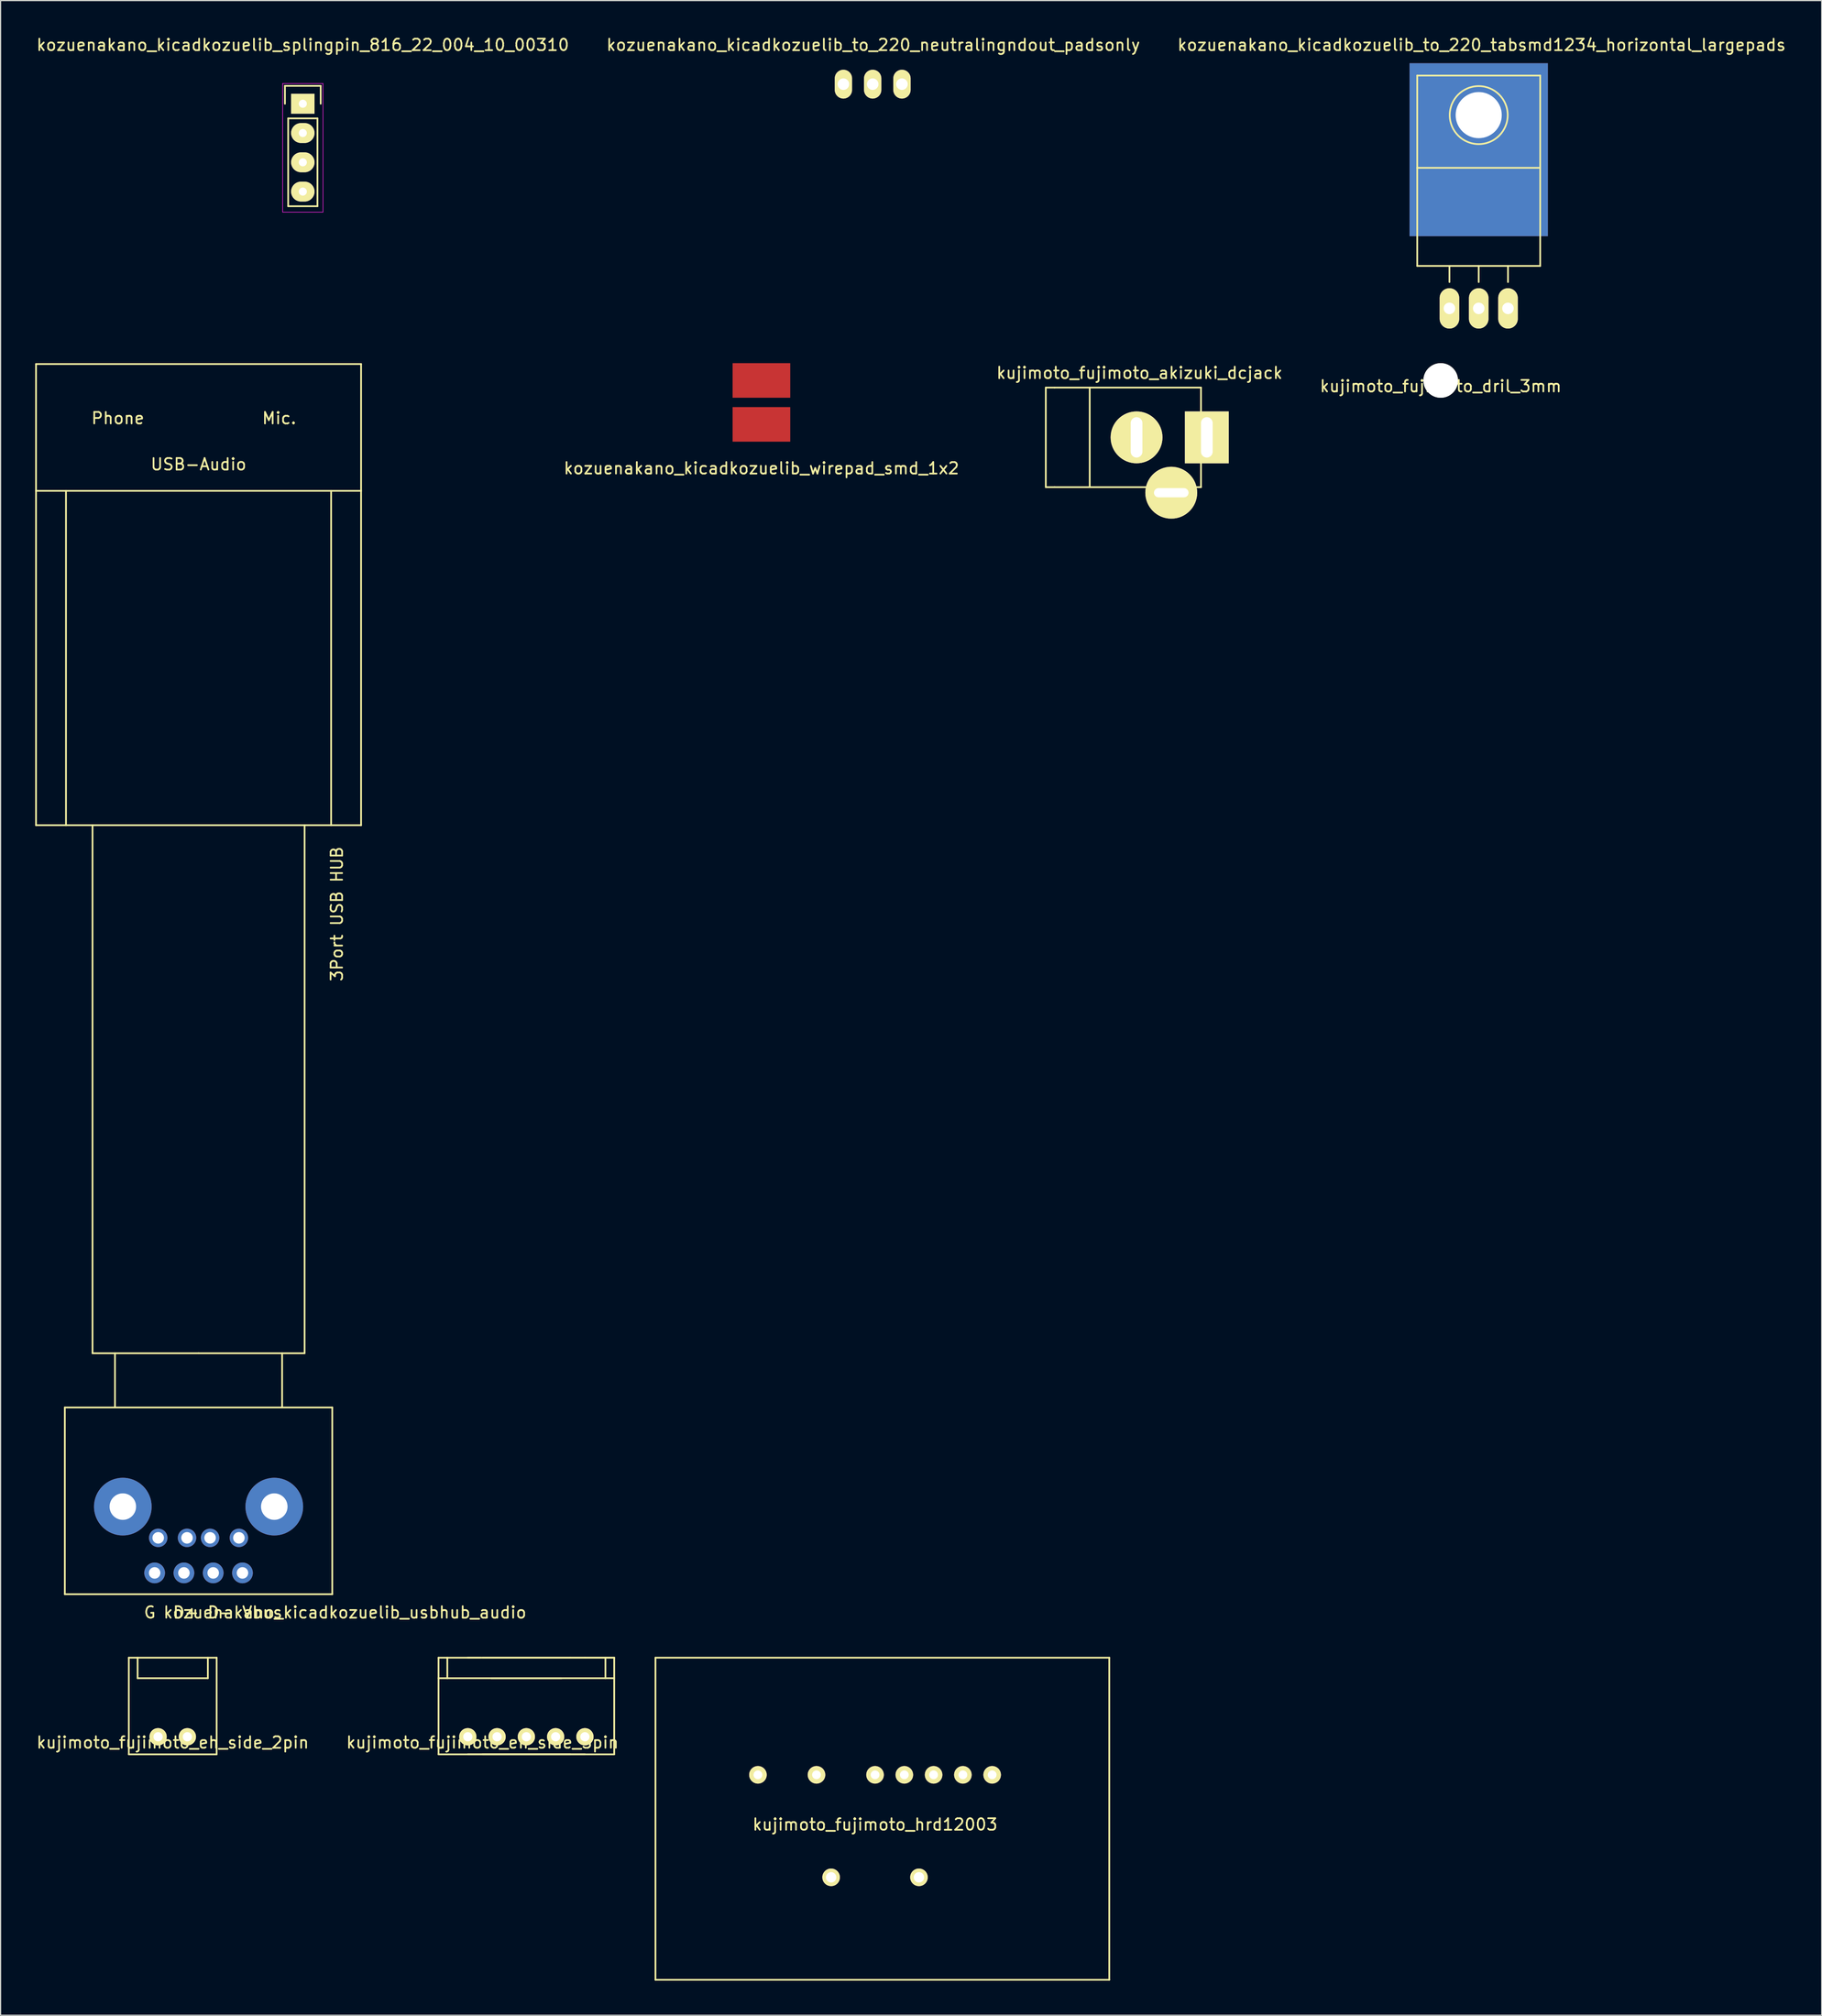
<source format=kicad_pcb>
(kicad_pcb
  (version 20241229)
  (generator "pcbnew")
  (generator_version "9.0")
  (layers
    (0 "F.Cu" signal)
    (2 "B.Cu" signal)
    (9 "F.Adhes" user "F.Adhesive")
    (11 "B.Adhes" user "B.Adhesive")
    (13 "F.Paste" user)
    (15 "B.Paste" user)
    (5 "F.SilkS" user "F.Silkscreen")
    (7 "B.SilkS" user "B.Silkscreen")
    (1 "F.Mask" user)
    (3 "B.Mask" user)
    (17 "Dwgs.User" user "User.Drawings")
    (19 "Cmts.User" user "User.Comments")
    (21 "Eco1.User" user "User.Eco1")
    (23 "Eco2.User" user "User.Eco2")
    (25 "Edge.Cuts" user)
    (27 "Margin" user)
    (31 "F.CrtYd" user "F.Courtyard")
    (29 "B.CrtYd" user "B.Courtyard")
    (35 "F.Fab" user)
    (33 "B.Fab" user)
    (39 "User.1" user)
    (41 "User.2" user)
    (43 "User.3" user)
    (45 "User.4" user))
  (footprint "kujimoto_fujimoto_akizuki_dcjack"
    (layer "F.Cu")
    (at 95.55 34.884)
    (property "Reference" "kujimoto_fujimoto_akizuki_dcjack" (at 0.254 -5.588 0) (layer "F.SilkS") (effects (font (size 1 1) (thickness 0.15))))
    (attr through_hole)
    (fp_line (start -7.874 -4.318) (end -7.874 4.318) (stroke (width 0.15) (type solid)) (layer "F.SilkS"))
    (fp_line (start -7.874 4.318) (end -7.112 4.318) (stroke (width 0.15) (type solid)) (layer "F.SilkS"))
    (fp_line (start -7.112 -4.318) (end -7.874 -4.318) (stroke (width 0.15) (type solid)) (layer "F.SilkS"))
    (fp_line (start -7.112 -4.318) (end 5.588 -4.318) (stroke (width 0.15) (type solid)) (layer "F.SilkS"))
    (fp_line (start -7.112 4.318) (end 5.588 4.318) (stroke (width 0.15) (type solid)) (layer "F.SilkS"))
    (fp_line (start -4.064 -4.318) (end -4.064 4.318) (stroke (width 0.15) (type solid)) (layer "F.SilkS"))
    (fp_line (start 5.588 -4.318) (end 5.588 4.318) (stroke (width 0.15) (type solid)) (layer "F.SilkS"))
    (pad "1" thru_hole rect (at 6.096 0) (size 3.801 4.5) (drill oval 1.016 3.5) (layers "*.Cu" "*.Mask" "F.SilkS"))
    (pad "2" thru_hole circle (at 0 0) (size 4.5 4.5) (drill oval 1.016 3.5) (layers "*.Cu" "*.Mask" "F.SilkS"))
    (pad "3" thru_hole circle (at 3.01 4.801) (size 4.5 4.5) (drill oval 3 0.8) (layers "*.Cu" "*.Mask" "F.SilkS")))
  (footprint "kozuenakano_kicadkozuelib_to_220_neutralingndout_padsonly"
    (layer "F.Cu")
    (at 72.658 4.249)
    (property "Reference" "kozuenakano_kicadkozuelib_to_220_neutralingndout_padsonly" (at 0.051 -3.401 0) (layer "F.SilkS") (effects (font (size 1 1) (thickness 0.15))))
    (attr through_hole)
    (pad "1" thru_hole oval (at -2.54 0 90) (size 2.499 1.501) (drill 1.001) (layers "*.Cu" "*.Mask" "F.SilkS"))
    (pad "2" thru_hole oval (at 0 0 90) (size 2.499 1.501) (drill 1.001) (layers "*.Cu" "*.Mask" "F.SilkS"))
    (pad "3" thru_hole oval (at 2.54 0 90) (size 2.499 1.501) (drill 1.001) (layers "*.Cu" "*.Mask" "F.SilkS")))
  (footprint "kozuenakano_kicadkozuelib_usbhub_audio"
    (layer "F.Cu")
    (at 14.175 119.023)
    (property "Reference" "kozuenakano_kicadkozuelib_usbhub_audio" (at 12.7 17.78 0) (layer "F.SilkS") (effects (font (size 1 1) (thickness 0.15))))
    (attr through_hole)
    (fp_line (start -14.1 -90.5) (end 14.1 -90.5) (stroke (width 0.15) (type solid)) (layer "F.SilkS"))
    (fp_line (start -14.1 -79.5) (end -14.1 -90.5) (stroke (width 0.15) (type solid)) (layer "F.SilkS"))
    (fp_line (start -14.1 -79.5) (end 14.1 -79.5) (stroke (width 0.15) (type solid)) (layer "F.SilkS"))
    (fp_line (start -14.1 -50.5) (end -14.1 -79.5) (stroke (width 0.15) (type solid)) (layer "F.SilkS"))
    (fp_line (start -14.1 -50.5) (end 14.1 -50.5) (stroke (width 0.15) (type solid)) (layer "F.SilkS"))
    (fp_line (start -11.6 0) (end -11.6 16.2) (stroke (width 0.15) (type solid)) (layer "F.SilkS"))
    (fp_line (start -11.6 16.2) (end 11.6 16.2) (stroke (width 0.15) (type solid)) (layer "F.SilkS"))
    (fp_line (start -11.5 -50.5) (end -11.5 -79.5) (stroke (width 0.15) (type solid)) (layer "F.SilkS"))
    (fp_line (start -9.2 -4.7) (end -9.2 -50.5) (stroke (width 0.15) (type solid)) (layer "F.SilkS"))
    (fp_line (start -7.25 0) (end -7.25 -4.7) (stroke (width 0.15) (type solid)) (layer "F.SilkS"))
    (fp_line (start 0 -4.7) (end -9.2 -4.7) (stroke (width 0.15) (type solid)) (layer "F.SilkS"))
    (fp_line (start 0 -4.7) (end 9.2 -4.7) (stroke (width 0.15) (type solid)) (layer "F.SilkS"))
    (fp_line (start 7.25 0) (end 7.25 -4.7) (stroke (width 0.15) (type solid)) (layer "F.SilkS"))
    (fp_line (start 9.2 -4.7) (end 9.2 -50.5) (stroke (width 0.15) (type solid)) (layer "F.SilkS"))
    (fp_line (start 11.5 -50.5) (end 11.5 -79.5) (stroke (width 0.15) (type solid)) (layer "F.SilkS"))
    (fp_line (start 11.6 0) (end -11.6 0) (stroke (width 0.15) (type solid)) (layer "F.SilkS"))
    (fp_line (start 11.6 16.2) (end 11.6 0) (stroke (width 0.15) (type solid)) (layer "F.SilkS"))
    (fp_line (start 14.1 -90.5) (end 14.1 -79.5) (stroke (width 0.15) (type solid)) (layer "F.SilkS"))
    (fp_line (start 14.1 -50.5) (end 14.1 -79.5) (stroke (width 0.15) (type solid)) (layer "F.SilkS"))
    (fp_text user "G  D+ D- Vbus" (at 1.27 17.78 0) (layer "F.SilkS") (effects (font (size 1 1) (thickness 0.15))))
    (fp_text user "USB-Audio" (at 0 -81.8 0) (layer "F.SilkS") (effects (font (size 1 1) (thickness 0.15))))
    (fp_text user "3Port USB HUB" (at 12 -42.8 90) (layer "F.SilkS") (effects (font (size 1 1) (thickness 0.15))))
    (fp_text user "Phone" (at -7 -85.8 0) (layer "F.SilkS") (effects (font (size 1 1) (thickness 0.15))))
    (fp_text user "Mic." (at 7 -85.8 0) (layer "F.SilkS") (effects (font (size 1 1) (thickness 0.15))))
    (pad "" thru_hole circle (at -6.57 8.6) (size 5 5) (drill 2.3) (layers "*.Cu" "*.Mask"))
    (pad "" thru_hole circle (at 6.57 8.6) (size 5 5) (drill 2.3) (layers "*.Cu" "*.Mask"))
    (pad "1" thru_hole circle (at 3.5 11.31) (size 1.6 1.6) (drill 1) (layers "*.Cu" "*.Mask"))
    (pad "1" thru_hole circle (at 3.81 14.35) (size 1.8 1.8) (drill 1) (layers "*.Cu" "*.Mask"))
    (pad "2" thru_hole circle (at 1 11.31) (size 1.6 1.6) (drill 1) (layers "*.Cu" "*.Mask"))
    (pad "2" thru_hole circle (at 1.27 14.35) (size 1.8 1.8) (drill 1) (layers "*.Cu" "*.Mask"))
    (pad "3" thru_hole circle (at -1.27 14.35) (size 1.8 1.8) (drill 1) (layers "*.Cu" "*.Mask"))
    (pad "3" thru_hole circle (at -1 11.31) (size 1.6 1.6) (drill 1) (layers "*.Cu" "*.Mask"))
    (pad "4" thru_hole circle (at -3.81 14.35) (size 1.8 1.8) (drill 1) (layers "*.Cu" "*.Mask"))
    (pad "4" thru_hole circle (at -3.5 11.31) (size 1.6 1.6) (drill 1) (layers "*.Cu" "*.Mask")))
  (footprint "kozuenakano_kicadkozuelib_to_220_tabsmd1234_horizontal_largepads"
    (layer "F.Cu")
    (at 125.233 23.698)
    (property "Reference" "kozuenakano_kicadkozuelib_to_220_tabsmd1234_horizontal_largepads" (at 0.249 -22.85 0) (layer "F.SilkS") (effects (font (size 1 1) (thickness 0.15))))
    (attr through_hole)
    (fp_line (start -5.334 -20.193) (end -5.334 -12.192) (stroke (width 0.15) (type solid)) (layer "F.SilkS"))
    (fp_line (start -5.334 -12.192) (end -5.334 -3.683) (stroke (width 0.15) (type solid)) (layer "F.SilkS"))
    (fp_line (start -2.54 -3.683) (end -2.54 -2.286) (stroke (width 0.15) (type solid)) (layer "F.SilkS"))
    (fp_line (start 0 -3.683) (end -5.334 -3.683) (stroke (width 0.15) (type solid)) (layer "F.SilkS"))
    (fp_line (start 0 -3.683) (end 0 -2.286) (stroke (width 0.15) (type solid)) (layer "F.SilkS"))
    (fp_line (start 0 -3.683) (end 5.334 -3.683) (stroke (width 0.15) (type solid)) (layer "F.SilkS"))
    (fp_line (start 2.54 -3.683) (end 2.54 -2.286) (stroke (width 0.15) (type solid)) (layer "F.SilkS"))
    (fp_line (start 5.334 -20.193) (end -5.334 -20.193) (stroke (width 0.15) (type solid)) (layer "F.SilkS"))
    (fp_line (start 5.334 -12.192) (end -5.334 -12.192) (stroke (width 0.15) (type solid)) (layer "F.SilkS"))
    (fp_line (start 5.334 -12.192) (end 5.334 -20.193) (stroke (width 0.15) (type solid)) (layer "F.SilkS"))
    (fp_line (start 5.334 -3.683) (end 5.334 -12.192) (stroke (width 0.15) (type solid)) (layer "F.SilkS"))
    (fp_circle (center 0 -16.764) (end 1.778 -14.986) (stroke (width 0.15) (type solid)) (fill no) (layer "F.SilkS"))
    (pad "1" thru_hole oval (at -2.54 0 90) (size 3.5 1.699) (drill 1.001) (layers "*.Cu" "*.Mask" "F.SilkS"))
    (pad "2" thru_hole oval (at 0 0 90) (size 3.5 1.699) (drill 1.001) (layers "*.Cu" "*.Mask" "F.SilkS"))
    (pad "3" thru_hole oval (at 2.54 0 90) (size 3.5 1.699) (drill 1.001) (layers "*.Cu" "*.Mask" "F.SilkS"))
    (pad "4" thru_hole rect (at 0 -16.764) (size 12 15) (drill 4 (offset 0 3)) (layers "*.Cu" "*.Mask")))
  (footprint "kujimoto_fujimoto_dril_3mm"
    (layer "F.Cu")
    (at 121.935 29.948)
    (property "Reference" "kujimoto_fujimoto_dril_3mm" (at 0 0.5 0) (layer "F.SilkS") (effects (font (size 1 1) (thickness 0.15))))
    (attr through_hole)
    (pad "" np_thru_hole circle (at 0 0) (size 3 3) (drill 3) (layers "*.Cu" "*.Mask" "F.SilkS")))
  (footprint "kozuenakano_kicadkozuelib_wirepad_smd_1x2"
    (layer "F.Cu")
    (at 63.006 33.758)
    (property "Reference" "kozuenakano_kicadkozuelib_wirepad_smd_1x2" (at 0 3.81 0) (layer "F.SilkS") (effects (font (size 1 1) (thickness 0.15))))
    (attr through_hole)
    (pad "1" smd rect (at 0 0) (size 5 3) (layers "F.Cu" "F.Mask" "F.Paste"))
    (pad "2" smd rect (at 0 -3.81) (size 5 3) (layers "F.Cu" "F.Mask" "F.Paste")))
  (footprint "kujimoto_fujimoto_hrd12003"
    (layer "F.Cu")
    (at 72.863 154.696)
    (property "Reference" "kujimoto_fujimoto_hrd12003" (at 0 0.5 0) (layer "F.SilkS") (effects (font (size 1 1) (thickness 0.15))))
    (attr through_hole)
    (fp_line (start -19.05 -13.97) (end -19.05 13.97) (stroke (width 0.15) (type solid)) (layer "F.SilkS"))
    (fp_line (start -19.05 13.97) (end 20.32 13.97) (stroke (width 0.15) (type solid)) (layer "F.SilkS"))
    (fp_line (start 20.32 -13.97) (end -19.05 -13.97) (stroke (width 0.15) (type solid)) (layer "F.SilkS"))
    (fp_line (start 20.32 13.97) (end 20.32 -13.97) (stroke (width 0.15) (type solid)) (layer "F.SilkS"))
    (pad "1" thru_hole circle (at 10.16 -3.81 180) (size 1.524 1.524) (drill 0.762) (layers "*.Cu" "*.Mask" "F.SilkS"))
    (pad "2" thru_hole circle (at 7.62 -3.81 180) (size 1.524 1.524) (drill 0.762) (layers "*.Cu" "*.Mask" "F.SilkS"))
    (pad "3" thru_hole circle (at 5.08 -3.81 180) (size 1.524 1.524) (drill 0.762) (layers "*.Cu" "*.Mask" "F.SilkS"))
    (pad "4" thru_hole circle (at 2.54 -3.81 180) (size 1.524 1.524) (drill 0.762) (layers "*.Cu" "*.Mask" "F.SilkS"))
    (pad "5" thru_hole circle (at 0 -3.81 180) (size 1.524 1.524) (drill 0.762) (layers "*.Cu" "*.Mask" "F.SilkS"))
    (pad "6" thru_hole circle (at -5.08 -3.81 180) (size 1.524 1.524) (drill 0.762) (layers "*.Cu" "*.Mask" "F.SilkS"))
    (pad "7" thru_hole circle (at -10.16 -3.81 180) (size 1.524 1.524) (drill 0.762) (layers "*.Cu" "*.Mask" "F.SilkS"))
    (pad "8" thru_hole circle (at -3.81 5.08 180) (size 1.524 1.524) (drill 0.9) (layers "*.Cu" "*.Mask" "F.SilkS"))
    (pad "9" thru_hole circle (at 3.81 5.08 180) (size 1.524 1.524) (drill 0.9) (layers "*.Cu" "*.Mask" "F.SilkS")))
  (footprint "kozuenakano_kicadkozuelib_splingpin_816_22_004_10_00310"
    (layer "F.Cu")
    (at 23.22 5.948)
    (property "Reference" "kozuenakano_kicadkozuelib_splingpin_816_22_004_10_00310" (at 0 -5.1 0) (layer "F.SilkS") (effects (font (size 1 1) (thickness 0.15))))
    (attr through_hole)
    (fp_line (start -1.55 -1.55) (end 1.55 -1.55) (stroke (width 0.15) (type solid)) (layer "F.SilkS"))
    (fp_line (start -1.55 0) (end -1.55 -1.55) (stroke (width 0.15) (type solid)) (layer "F.SilkS"))
    (fp_line (start -1.27 1.27) (end -1.27 8.89) (stroke (width 0.15) (type solid)) (layer "F.SilkS"))
    (fp_line (start -1.27 8.89) (end 1.27 8.89) (stroke (width 0.15) (type solid)) (layer "F.SilkS"))
    (fp_line (start 1.27 1.27) (end -1.27 1.27) (stroke (width 0.15) (type solid)) (layer "F.SilkS"))
    (fp_line (start 1.27 1.27) (end 1.27 8.89) (stroke (width 0.15) (type solid)) (layer "F.SilkS"))
    (fp_line (start 1.55 -1.55) (end 1.55 0) (stroke (width 0.15) (type solid)) (layer "F.SilkS"))
    (fp_line (start -1.75 -1.75) (end -1.75 9.4) (stroke (width 0.05) (type solid)) (layer "F.CrtYd"))
    (fp_line (start -1.75 -1.75) (end 1.75 -1.75) (stroke (width 0.05) (type solid)) (layer "F.CrtYd"))
    (fp_line (start -1.75 9.4) (end 1.75 9.4) (stroke (width 0.05) (type solid)) (layer "F.CrtYd"))
    (fp_line (start 1.75 -1.75) (end 1.75 9.4) (stroke (width 0.05) (type solid)) (layer "F.CrtYd"))
    (pad "1" thru_hole rect (at 0 0) (size 2.032 1.727) (drill 0.7) (layers "*.Cu" "*.Mask" "F.SilkS"))
    (pad "2" thru_hole oval (at 0 2.54) (size 2.032 1.727) (drill 0.7) (layers "*.Cu" "*.Mask" "F.SilkS"))
    (pad "3" thru_hole oval (at 0 5.08) (size 2.032 1.727) (drill 0.7) (layers "*.Cu" "*.Mask" "F.SilkS"))
    (pad "4" thru_hole oval (at 0 7.62) (size 2.032 1.727) (drill 0.7) (layers "*.Cu" "*.Mask" "F.SilkS")))
  (footprint "kujimoto_fujimoto_eh_side_2pin"
    (layer "F.Cu")
    (at 11.935 147.584)
    (property "Reference" "kujimoto_fujimoto_eh_side_2pin" (at 0 0.5 0) (layer "F.SilkS") (effects (font (size 1 1) (thickness 0.15))))
    (attr through_hole)
    (fp_line (start -3.81 -6.858) (end -3.81 1.524) (stroke (width 0.15) (type solid)) (layer "F.SilkS"))
    (fp_line (start -3.81 1.524) (end 3.81 1.524) (stroke (width 0.15) (type solid)) (layer "F.SilkS"))
    (fp_line (start -3.048 -6.858) (end -3.048 -5.08) (stroke (width 0.15) (type solid)) (layer "F.SilkS"))
    (fp_line (start -3.048 -5.08) (end 3.048 -5.08) (stroke (width 0.15) (type solid)) (layer "F.SilkS"))
    (fp_line (start 3.048 -5.08) (end 3.048 -6.858) (stroke (width 0.15) (type solid)) (layer "F.SilkS"))
    (fp_line (start 3.81 -6.858) (end -3.81 -6.858) (stroke (width 0.15) (type solid)) (layer "F.SilkS"))
    (fp_line (start 3.81 1.524) (end 3.81 -6.858) (stroke (width 0.15) (type solid)) (layer "F.SilkS"))
    (pad "1" thru_hole circle (at -1.27 0) (size 1.5 1.5) (drill 0.8) (layers "*.Cu" "*.Mask" "F.SilkS"))
    (pad "2" thru_hole circle (at 1.27 0) (size 1.5 1.5) (drill 0.8) (layers "*.Cu" "*.Mask" "F.SilkS")))
  (footprint "kujimoto_fujimoto_eh_side_5pin"
    (layer "F.Cu")
    (at 42.614 147.584)
    (property "Reference" "kujimoto_fujimoto_eh_side_5pin" (at -3.81 0.5 0) (layer "F.SilkS") (effects (font (size 1 1) (thickness 0.15))))
    (attr through_hole)
    (fp_line (start -7.62 -6.858) (end 7.62 -6.858) (stroke (width 0.15) (type solid)) (layer "F.SilkS"))
    (fp_line (start -7.62 1.524) (end -7.62 -6.858) (stroke (width 0.15) (type solid)) (layer "F.SilkS"))
    (fp_line (start -6.858 -6.858) (end -6.858 -5.08) (stroke (width 0.15) (type solid)) (layer "F.SilkS"))
    (fp_line (start -5.08 -6.858) (end -3.937 -6.858) (stroke (width 0.15) (type solid)) (layer "F.SilkS"))
    (fp_line (start -5.08 1.524) (end 5.08 1.524) (stroke (width 0.15) (type solid)) (layer "F.SilkS"))
    (fp_line (start -3.81 1.524) (end 3.81 1.524) (stroke (width 0.15) (type solid)) (layer "F.SilkS"))
    (fp_line (start -3.048 -5.08) (end 3.048 -5.08) (stroke (width 0.15) (type solid)) (layer "F.SilkS"))
    (fp_line (start 3.81 -6.858) (end -3.81 -6.858) (stroke (width 0.15) (type solid)) (layer "F.SilkS"))
    (fp_line (start 3.81 -6.858) (end 5.08 -6.858) (stroke (width 0.15) (type solid)) (layer "F.SilkS"))
    (fp_line (start 5.08 -6.858) (end 7.62 -6.858) (stroke (width 0.15) (type solid)) (layer "F.SilkS"))
    (fp_line (start 6.858 -5.08) (end 6.858 -6.858) (stroke (width 0.15) (type solid)) (layer "F.SilkS"))
    (fp_line (start 7.62 -6.858) (end 7.62 1.524) (stroke (width 0.15) (type solid)) (layer "F.SilkS"))
    (fp_line (start 7.62 -5.08) (end -7.62 -5.08) (stroke (width 0.15) (type solid)) (layer "F.SilkS"))
    (fp_line (start 7.62 1.524) (end -7.62 1.524) (stroke (width 0.15) (type solid)) (layer "F.SilkS"))
    (pad "1" thru_hole circle (at -5.08 0) (size 1.5 1.5) (drill 0.8) (layers "*.Cu" "*.Mask" "F.SilkS"))
    (pad "2" thru_hole circle (at -2.54 0) (size 1.5 1.5) (drill 0.8) (layers "*.Cu" "*.Mask" "F.SilkS"))
    (pad "3" thru_hole circle (at 0 0) (size 1.5 1.5) (drill 0.8) (layers "*.Cu" "*.Mask" "F.SilkS"))
    (pad "4" thru_hole circle (at 2.54 0) (size 1.5 1.5) (drill 0.8) (layers "*.Cu" "*.Mask" "F.SilkS"))
    (pad "5" thru_hole circle (at 5.08 0) (size 1.5 1.5) (drill 0.8) (layers "*.Cu" "*.Mask" "F.SilkS")))
  (gr_rect
    (start -3 -3)
    (end 154.988 171.741)
    (stroke (width 0.1) (type default))
    (fill no)
    (layer "Edge.Cuts")))
</source>
